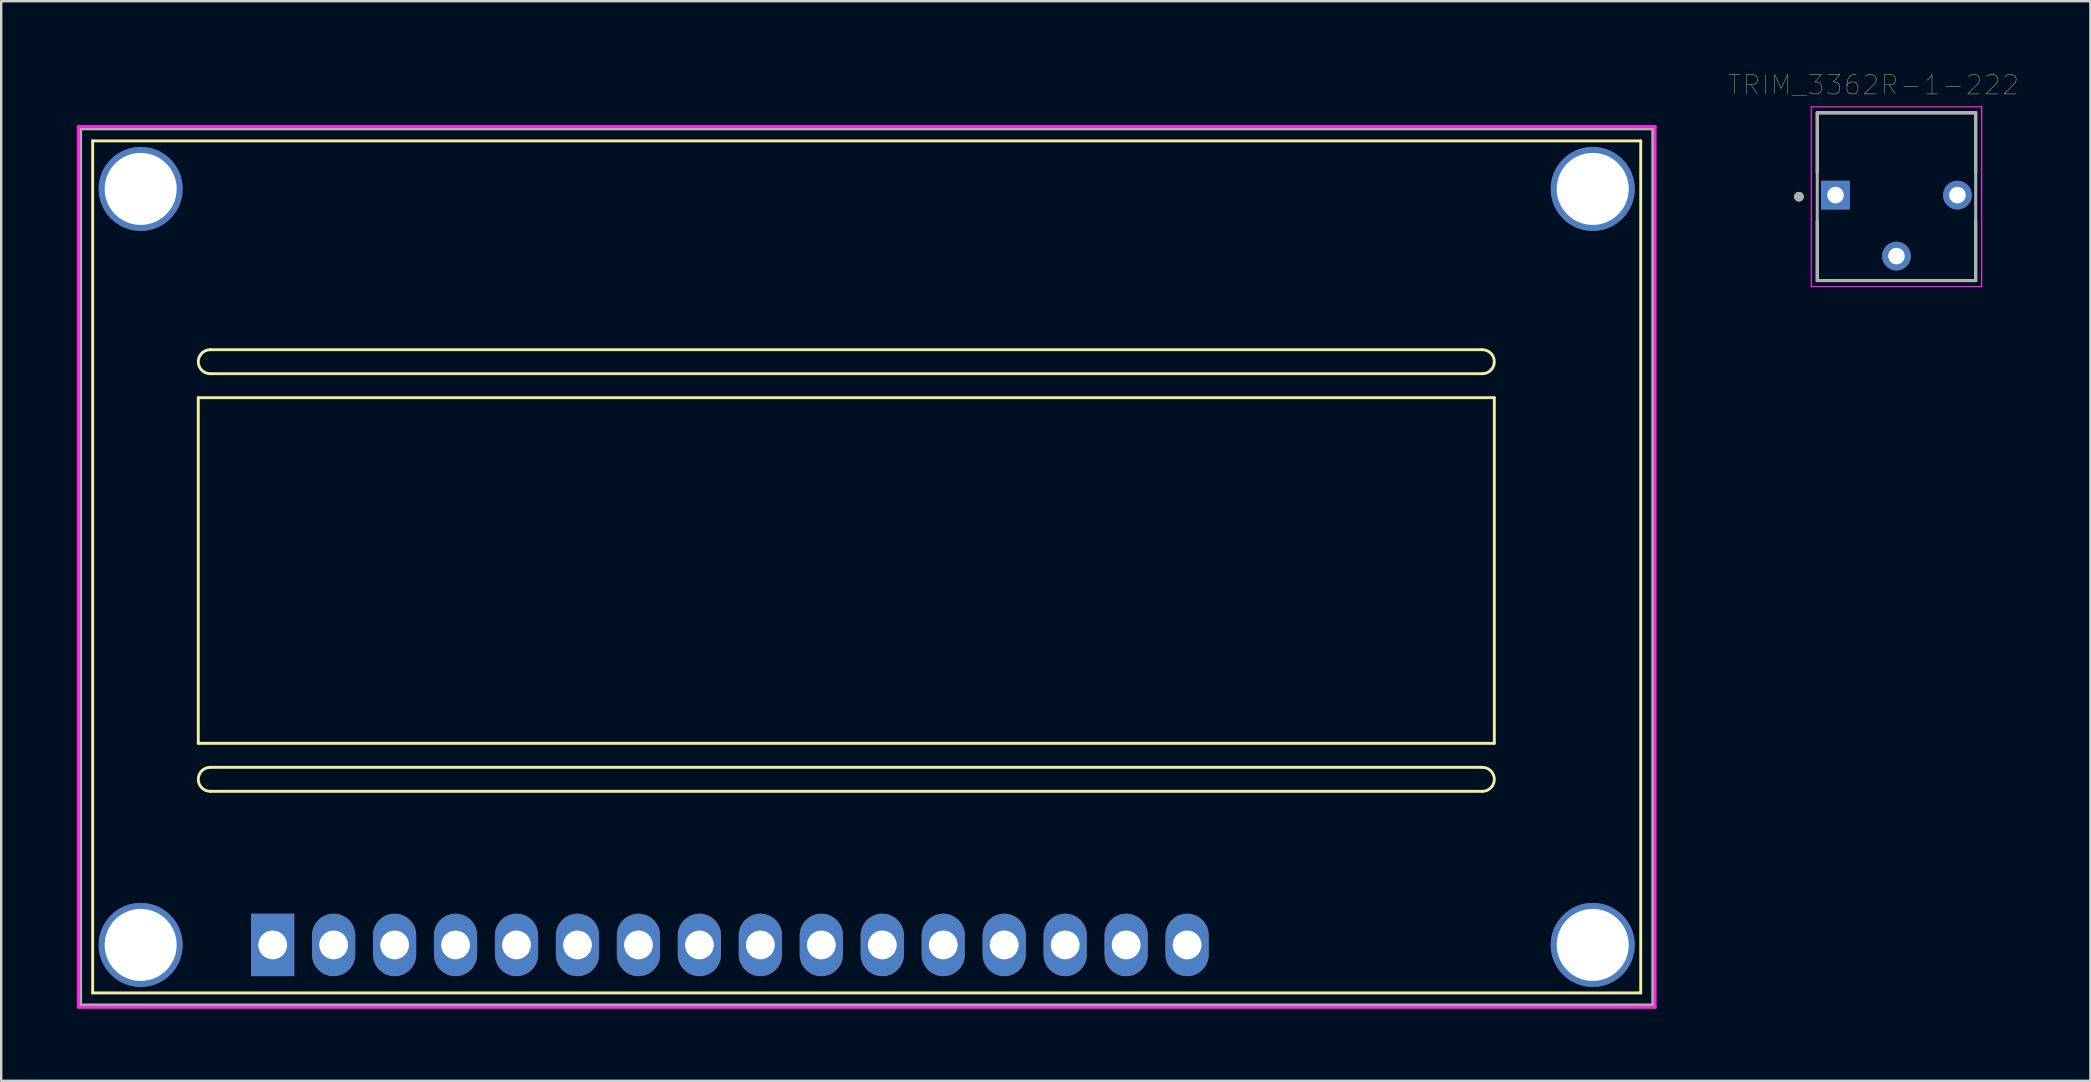
<source format=kicad_pcb>
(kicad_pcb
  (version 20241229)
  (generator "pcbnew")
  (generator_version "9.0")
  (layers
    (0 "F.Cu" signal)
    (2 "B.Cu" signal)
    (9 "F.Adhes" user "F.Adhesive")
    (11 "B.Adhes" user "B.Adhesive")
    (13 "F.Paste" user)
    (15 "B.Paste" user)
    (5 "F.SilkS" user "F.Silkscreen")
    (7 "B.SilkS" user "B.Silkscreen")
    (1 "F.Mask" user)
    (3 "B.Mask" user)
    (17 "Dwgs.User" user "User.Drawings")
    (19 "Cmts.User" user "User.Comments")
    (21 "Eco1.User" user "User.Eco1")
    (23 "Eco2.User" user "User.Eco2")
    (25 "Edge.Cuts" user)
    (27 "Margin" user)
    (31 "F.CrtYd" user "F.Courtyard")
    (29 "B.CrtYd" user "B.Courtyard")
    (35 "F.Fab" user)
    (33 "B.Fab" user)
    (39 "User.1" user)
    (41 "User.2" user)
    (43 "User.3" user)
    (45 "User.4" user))
  (footprint "TRIM_3362R-1-222"
    (layer "F.Cu")
    (at 75.967 5.145)
    (property "Reference" "TRIM_3362R-1-222" (at -0.958 -4.651 0) (layer "F.SilkS") (effects (font (size 0.8 0.8) (thickness 0.015))))
    (attr through_hole)
    (fp_line (start -3.3 -3.495) (end 3.3 -3.495) (stroke (width 0.127) (type solid)) (layer "F.SilkS"))
    (fp_line (start -3.3 -1.02) (end -3.3 -3.495) (stroke (width 0.127) (type solid)) (layer "F.SilkS"))
    (fp_line (start -3.3 3.495) (end -3.3 1.02) (stroke (width 0.127) (type solid)) (layer "F.SilkS"))
    (fp_line (start 3.3 -3.495) (end 3.3 -1.02) (stroke (width 0.127) (type solid)) (layer "F.SilkS"))
    (fp_line (start 3.3 1.02) (end 3.3 3.495) (stroke (width 0.127) (type solid)) (layer "F.SilkS"))
    (fp_line (start 3.3 3.495) (end -3.3 3.495) (stroke (width 0.127) (type solid)) (layer "F.SilkS"))
    (fp_circle (center -4.064 0) (end -3.964 0) (stroke (width 0.2) (type solid)) (fill no) (layer "F.SilkS"))
    (fp_line (start -3.55 -3.745) (end 3.55 -3.745) (stroke (width 0.05) (type solid)) (layer "F.CrtYd"))
    (fp_line (start -3.55 3.745) (end -3.55 -3.745) (stroke (width 0.05) (type solid)) (layer "F.CrtYd"))
    (fp_line (start 3.55 -3.745) (end 3.55 3.745) (stroke (width 0.05) (type solid)) (layer "F.CrtYd"))
    (fp_line (start 3.55 3.745) (end -3.55 3.745) (stroke (width 0.05) (type solid)) (layer "F.CrtYd"))
    (fp_line (start -3.3 -3.495) (end -3.3 3.495) (stroke (width 0.127) (type solid)) (layer "F.Fab"))
    (fp_line (start -3.3 3.495) (end 3.3 3.495) (stroke (width 0.127) (type solid)) (layer "F.Fab"))
    (fp_line (start 3.3 -3.495) (end -3.3 -3.495) (stroke (width 0.127) (type solid)) (layer "F.Fab"))
    (fp_line (start 3.3 3.495) (end 3.3 -3.495) (stroke (width 0.127) (type solid)) (layer "F.Fab"))
    (fp_circle (center -4.064 0) (end -3.964 0) (stroke (width 0.2) (type solid)) (fill no) (layer "F.Fab"))
    (pad "1" thru_hole rect (at -2.54 -0.065) (size 1.198 1.198) (drill 0.69) (layers "*.Cu" "*.Mask"))
    (pad "2" thru_hole circle (at 0 2.475) (size 1.198 1.198) (drill 0.69) (layers "*.Cu" "*.Mask"))
    (pad "3" thru_hole circle (at 2.54 -0.065) (size 1.198 1.198) (drill 0.69) (layers "*.Cu" "*.Mask")))
  (footprint "LCD_16X2_MC21605H6WK"
    (layer "F.Cu")
    (at 31.811 21.321)
    (property "Reference" "LCD_16X2_MC21605H6WK" (at -19.6 -20.4 0) (layer "Eco1.User") (effects (font (size 1.27 1.27) (thickness 0.102))))
    (attr through_hole)
    (fp_line (start -31 -18.5) (end -31 17) (stroke (width 0.12) (type solid)) (layer "F.SilkS"))
    (fp_line (start -31 17) (end 33.5 17) (stroke (width 0.12) (type solid)) (layer "F.SilkS"))
    (fp_line (start -26.6 -7.8) (end 27.4 -7.8) (stroke (width 0.12) (type solid)) (layer "F.SilkS"))
    (fp_line (start -26.6 6.6) (end -26.6 -7.8) (stroke (width 0.12) (type solid)) (layer "F.SilkS"))
    (fp_line (start -26.1 -8.8) (end 26.9 -8.8) (stroke (width 0.12) (type solid)) (layer "F.SilkS"))
    (fp_line (start -26.1 8.6) (end 26.9 8.6) (stroke (width 0.12) (type solid)) (layer "F.SilkS"))
    (fp_line (start 26.9 -9.8) (end -26.1 -9.8) (stroke (width 0.12) (type solid)) (layer "F.SilkS"))
    (fp_line (start 26.9 7.6) (end -26.1 7.6) (stroke (width 0.12) (type solid)) (layer "F.SilkS"))
    (fp_line (start 27.4 -7.8) (end 27.4 6.6) (stroke (width 0.12) (type solid)) (layer "F.SilkS"))
    (fp_line (start 27.4 6.6) (end -26.6 6.6) (stroke (width 0.12) (type solid)) (layer "F.SilkS"))
    (fp_line (start 33.5 -18.5) (end -31 -18.5) (stroke (width 0.12) (type solid)) (layer "F.SilkS"))
    (fp_line (start 33.5 17) (end 33.5 -18.5) (stroke (width 0.12) (type solid)) (layer "F.SilkS"))
    (fp_arc (start -26.1 -8.8) (mid -26.6 -9.3) (end -26.1 -9.8) (stroke (width 0.12) (type solid)) (layer "F.SilkS"))
    (fp_arc (start -26.1 8.6) (mid -26.6 8.1) (end -26.1 7.6) (stroke (width 0.12) (type solid)) (layer "F.SilkS"))
    (fp_arc (start 26.9 -9.8) (mid 27.4 -9.3) (end 26.9 -8.8) (stroke (width 0.12) (type solid)) (layer "F.SilkS"))
    (fp_arc (start 26.9 7.6) (mid 27.4 8.1) (end 26.9 8.6) (stroke (width 0.12) (type solid)) (layer "F.SilkS"))
    (fp_line (start -31.6 -19.1) (end -31.6 17.6) (stroke (width 0.12) (type solid)) (layer "F.CrtYd"))
    (fp_line (start -31.6 17.6) (end 34.1 17.6) (stroke (width 0.12) (type solid)) (layer "F.CrtYd"))
    (fp_line (start 34.1 -19.1) (end -31.6 -19.1) (stroke (width 0.12) (type solid)) (layer "F.CrtYd"))
    (fp_line (start 34.1 17.6) (end 34.1 -19.1) (stroke (width 0.12) (type solid)) (layer "F.CrtYd"))
    (fp_line (start -31.5 -19) (end 34 -19) (stroke (width 0.12) (type solid)) (layer "F.Fab"))
    (fp_line (start -31.5 17.5) (end -31.5 -19) (stroke (width 0.12) (type solid)) (layer "F.Fab"))
    (fp_line (start 34 -19) (end 34 17.5) (stroke (width 0.12) (type solid)) (layer "F.Fab"))
    (fp_line (start 34 17.5) (end -31.5 17.5) (stroke (width 0.12) (type solid)) (layer "F.Fab"))
    (pad "" thru_hole circle (at -29 -16.5) (size 3.5 3.5) (drill 3) (layers "*.Cu" "*.Mask"))
    (pad "" thru_hole circle (at -29 15) (size 3.5 3.5) (drill 3) (layers "*.Cu" "*.Mask"))
    (pad "" thru_hole circle (at 31.5 -16.5) (size 3.5 3.5) (drill 3) (layers "*.Cu" "*.Mask"))
    (pad "" thru_hole circle (at 31.5 15) (size 3.5 3.5) (drill 3) (layers "*.Cu" "*.Mask"))
    (pad "1" thru_hole rect (at -23.5 15) (size 1.8 2.6) (drill 1.2) (layers "*.Cu" "*.Mask"))
    (pad "2" thru_hole oval (at -20.96 15) (size 1.8 2.6) (drill 1.2) (layers "*.Cu" "*.Mask"))
    (pad "3" thru_hole oval (at -18.42 15) (size 1.8 2.6) (drill 1.2) (layers "*.Cu" "*.Mask"))
    (pad "4" thru_hole oval (at -15.88 15) (size 1.8 2.6) (drill 1.2) (layers "*.Cu" "*.Mask"))
    (pad "5" thru_hole oval (at -13.34 15) (size 1.8 2.6) (drill 1.2) (layers "*.Cu" "*.Mask"))
    (pad "6" thru_hole oval (at -10.8 15) (size 1.8 2.6) (drill 1.2) (layers "*.Cu" "*.Mask"))
    (pad "7" thru_hole oval (at -8.26 15) (size 1.8 2.6) (drill 1.2) (layers "*.Cu" "*.Mask"))
    (pad "8" thru_hole oval (at -5.72 15) (size 1.8 2.6) (drill 1.2) (layers "*.Cu" "*.Mask"))
    (pad "9" thru_hole oval (at -3.18 15) (size 1.8 2.6) (drill 1.2) (layers "*.Cu" "*.Mask"))
    (pad "10" thru_hole oval (at -0.64 15) (size 1.8 2.6) (drill 1.2) (layers "*.Cu" "*.Mask"))
    (pad "11" thru_hole oval (at 1.9 15) (size 1.8 2.6) (drill 1.2) (layers "*.Cu" "*.Mask"))
    (pad "12" thru_hole oval (at 4.44 15) (size 1.8 2.6) (drill 1.2) (layers "*.Cu" "*.Mask"))
    (pad "13" thru_hole oval (at 6.98 15) (size 1.8 2.6) (drill 1.2) (layers "*.Cu" "*.Mask"))
    (pad "14" thru_hole oval (at 9.52 15) (size 1.8 2.6) (drill 1.2) (layers "*.Cu" "*.Mask"))
    (pad "15" thru_hole oval (at 12.06 15) (size 1.8 2.6) (drill 1.2) (layers "*.Cu" "*.Mask"))
    (pad "16" thru_hole oval (at 14.6 15) (size 1.8 2.6) (drill 1.2) (layers "*.Cu" "*.Mask")))
  (gr_rect
    (start -3 -3)
    (end 84.047 41.981)
    (stroke (width 0.1) (type default))
    (fill no)
    (layer "Edge.Cuts")))
</source>
